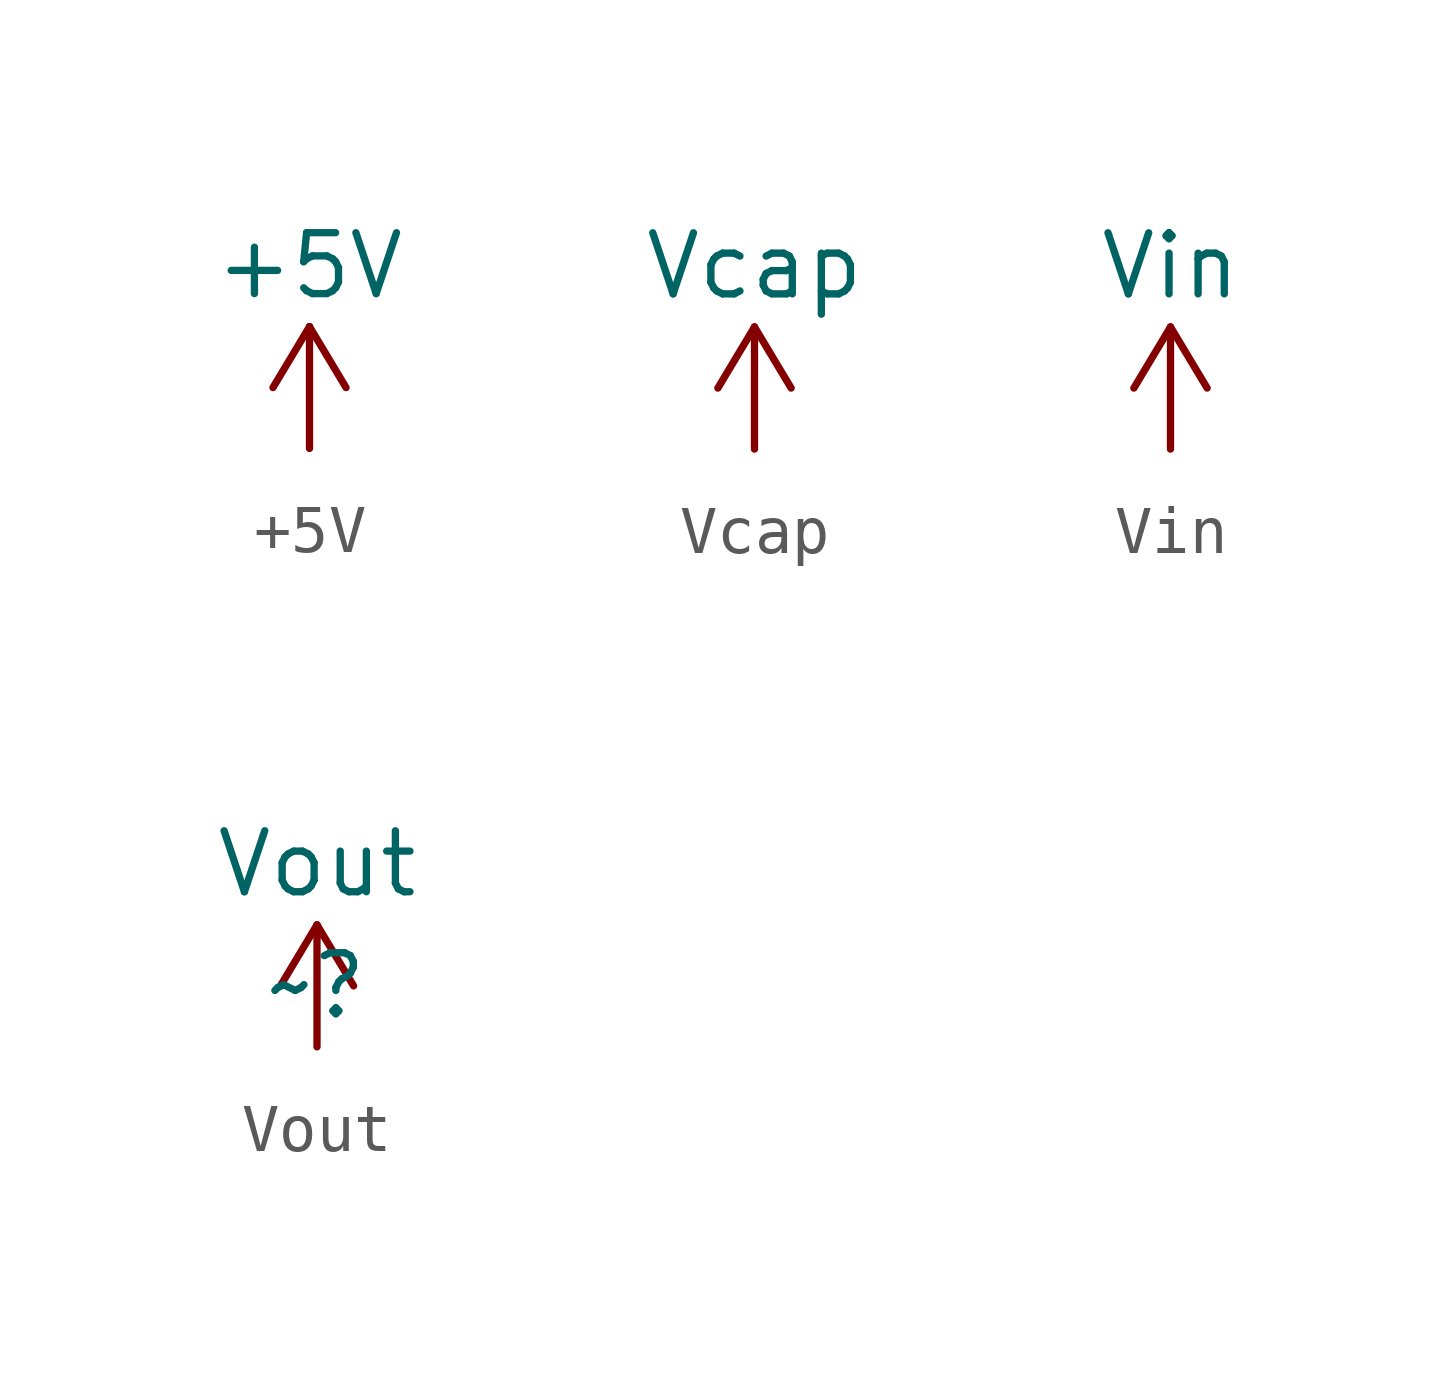
<source format=kicad_sym>
(kicad_symbol_lib
  (version 20220914)
  (generator kicad_symbol_editor)
  (symbol "+5V"
    (power)
    (property "Reference" "#PWR"
      (at 0 0 0)
      (effects (font (size 1.27 1.27)) hide))
    (property "Value" "+5V"
      (at 0 3.81 0)
      (effects (font (size 1.27 1.27))))
    (symbol "+5V_0_1"
      (polyline (pts (xy -0.762 1.27) (xy 0 2.54)) (stroke (width 0) (type default)) (fill (type none)))
      (polyline (pts (xy 0 0) (xy 0 2.54)) (stroke (width 0) (type default)) (fill (type none)))
      (polyline (pts (xy 0 2.54) (xy 0.762 1.27)) (stroke (width 0) (type default)) (fill (type none))))
    (symbol "+5V_1_1"
      (pin power_in line (at 0 0 90) (length 0) hide (name "5V" (effects (font (size 1.27 1.27)))) (number "1" (effects (font (size 1.27 1.27)))))))
  (symbol "Vcap"
    (power)
    (property "Reference" "~"
      (at 0 0 0)
      (effects (font (size 1.27 1.27)) hide))
    (property "Value" "Vcap"
      (at 0 3.81 0)
      (effects (font (size 1.27 1.27))))
    (symbol "Vcap_0_1"
      (polyline (pts (xy -0.762 1.27) (xy 0 2.54)) (stroke (width 0) (type default)) (fill (type none)))
      (polyline (pts (xy 0 0) (xy 0 2.54)) (stroke (width 0) (type default)) (fill (type none)))
      (polyline (pts (xy 0 2.54) (xy 0.762 1.27)) (stroke (width 0) (type default)) (fill (type none))))
    (symbol "Vcap_1_1"
      (pin power_in line (at 0 0 90) (length 0) hide (name "Vcap" (effects (font (size 1.27 1.27)))) (number "1" (effects (font (size 1.27 1.27)))))))
  (symbol "Vin"
    (power)
    (property "Reference" "~"
      (at 0 -1.27 0)
      (effects (font (size 1.27 1.27)) hide))
    (property "Value" "Vin"
      (at 0 3.81 0)
      (effects (font (size 1.27 1.27))))
    (symbol "Vin_0_1"
      (polyline (pts (xy -0.762 1.27) (xy 0 2.54)) (stroke (width 0) (type default)) (fill (type none)))
      (polyline (pts (xy 0 0) (xy 0 2.54)) (stroke (width 0) (type default)) (fill (type none)))
      (polyline (pts (xy 0 2.54) (xy 0.762 1.27)) (stroke (width 0) (type default)) (fill (type none))))
    (symbol "Vin_1_1"
      (pin power_in line (at 0 0 90) (length 0) hide (name "Vin" (effects (font (size 1.27 1.27)))) (number "1" (effects (font (size 1.27 1.27)))))))
  (symbol "Vout"
    (power)
    (property "Reference" "~"
      (at 0 1.27 0)
      (effects (font (size 1.27 1.27))))
    (property "Value" "Vout"
      (at 0 3.81 0)
      (effects (font (size 1.27 1.27))))
    (symbol "Vout_0_1"
      (polyline (pts (xy -0.762 1.27) (xy 0 2.54)) (stroke (width 0) (type default)) (fill (type none)))
      (polyline (pts (xy 0 0) (xy 0 2.54)) (stroke (width 0) (type default)) (fill (type none)))
      (polyline (pts (xy 0 2.54) (xy 0.762 1.27)) (stroke (width 0) (type default)) (fill (type none))))
    (symbol "Vout_1_1"
      (pin power_in line (at 0 0 90) (length 0) hide (name "Vout" (effects (font (size 1.27 1.27)))) (number "1" (effects (font (size 1.27 1.27))))))))
</source>
